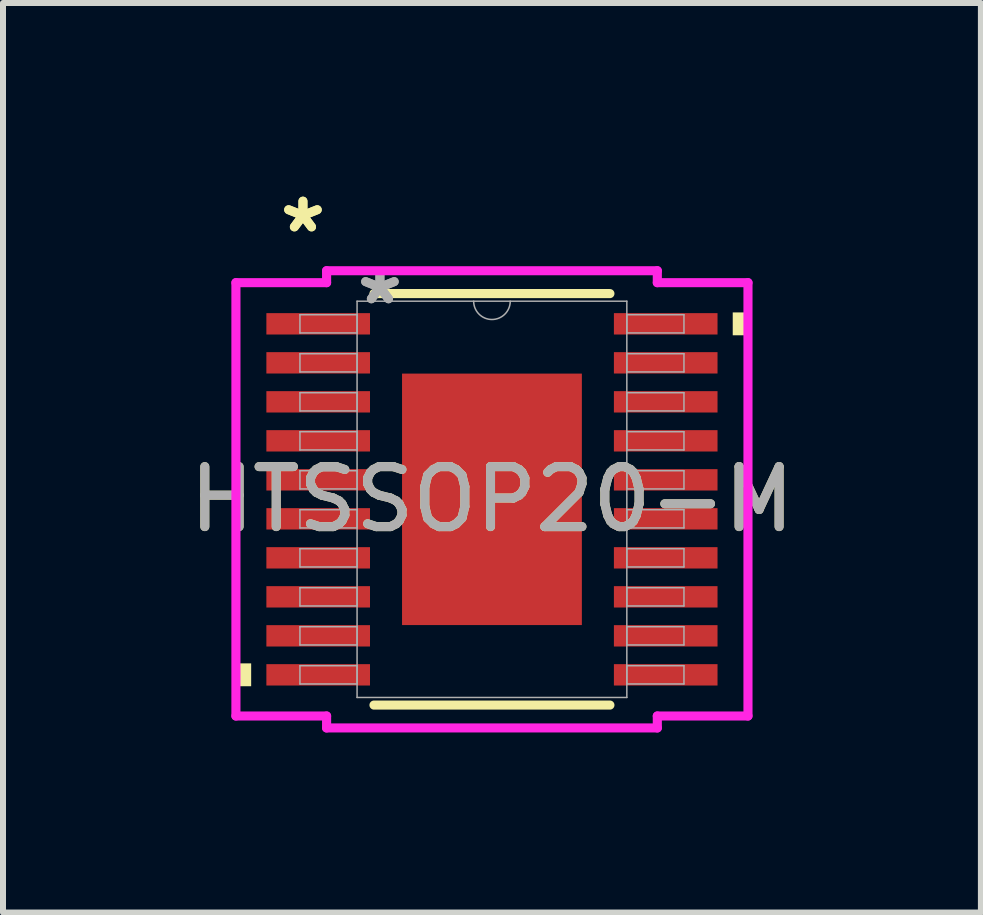
<source format=kicad_pcb>
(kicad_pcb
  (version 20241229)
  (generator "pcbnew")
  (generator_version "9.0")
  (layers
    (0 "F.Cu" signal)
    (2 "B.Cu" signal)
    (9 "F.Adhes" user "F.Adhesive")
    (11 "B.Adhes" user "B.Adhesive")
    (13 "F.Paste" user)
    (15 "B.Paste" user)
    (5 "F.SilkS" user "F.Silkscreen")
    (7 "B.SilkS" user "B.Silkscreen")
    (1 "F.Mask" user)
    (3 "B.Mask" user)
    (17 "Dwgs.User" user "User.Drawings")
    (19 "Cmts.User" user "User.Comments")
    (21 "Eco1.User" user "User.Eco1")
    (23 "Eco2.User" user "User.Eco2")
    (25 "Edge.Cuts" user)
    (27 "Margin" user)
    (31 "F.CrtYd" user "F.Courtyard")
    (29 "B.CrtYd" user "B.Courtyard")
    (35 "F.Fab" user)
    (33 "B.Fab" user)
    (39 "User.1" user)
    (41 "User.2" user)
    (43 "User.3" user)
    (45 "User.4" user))
  (footprint "HTSSOP20-M"
    (layer "F.Cu")
    (at 5.149 5.272)
    (property "Reference" "HTSSOP20-M" (at 0 0 0) (unlocked yes) (layer "F.SilkS") (effects (font (size 1 1) (thickness 0.15))))
    (attr smd)
    (fp_line (start -1.966 3.429) (end 1.966 3.429) (stroke (width 0.152) (type solid)) (layer "F.SilkS"))
    (fp_line (start 1.966 -3.429) (end -1.966 -3.429) (stroke (width 0.152) (type solid)) (layer "F.SilkS"))
    (fp_poly (pts (xy -4.267 2.734) (xy -4.267 3.115) (xy -4.013 3.115) (xy -4.013 2.734)) (stroke (width 0) (type solid)) (fill yes) (layer "F.SilkS"))
    (fp_poly (pts (xy 4.267 -3.115) (xy 4.267 -2.734) (xy 4.013 -2.734) (xy 4.013 -3.115)) (stroke (width 0) (type solid)) (fill yes) (layer "F.SilkS"))
    (fp_poly (pts (xy -1.399 -1.996) (xy -1.399 -0.798) (xy -0.1 -0.798) (xy -0.1 -1.996)) (stroke (width 0) (type solid)) (fill yes) (layer "F.Paste"))
    (fp_poly (pts (xy -1.399 -0.599) (xy -1.399 0.599) (xy -0.1 0.599) (xy -0.1 -0.599)) (stroke (width 0) (type solid)) (fill yes) (layer "F.Paste"))
    (fp_poly (pts (xy -1.399 0.798) (xy -1.399 1.996) (xy -0.1 1.996) (xy -0.1 0.798)) (stroke (width 0) (type solid)) (fill yes) (layer "F.Paste"))
    (fp_poly (pts (xy 0.1 -1.996) (xy 0.1 -0.798) (xy 1.399 -0.798) (xy 1.399 -1.996)) (stroke (width 0) (type solid)) (fill yes) (layer "F.Paste"))
    (fp_poly (pts (xy 0.1 -0.599) (xy 0.1 0.599) (xy 1.399 0.599) (xy 1.399 -0.599)) (stroke (width 0) (type solid)) (fill yes) (layer "F.Paste"))
    (fp_poly (pts (xy 0.1 0.798) (xy 0.1 1.996) (xy 1.399 1.996) (xy 1.399 0.798)) (stroke (width 0) (type solid)) (fill yes) (layer "F.Paste"))
    (fp_line (start -4.267 -3.611) (end -2.756 -3.611) (stroke (width 0.152) (type solid)) (layer "F.CrtYd"))
    (fp_line (start -4.267 3.611) (end -4.267 -3.611) (stroke (width 0.152) (type solid)) (layer "F.CrtYd"))
    (fp_line (start -4.267 3.611) (end -2.756 3.611) (stroke (width 0.152) (type solid)) (layer "F.CrtYd"))
    (fp_line (start -2.756 -3.81) (end 2.756 -3.81) (stroke (width 0.152) (type solid)) (layer "F.CrtYd"))
    (fp_line (start -2.756 -3.611) (end -2.756 -3.81) (stroke (width 0.152) (type solid)) (layer "F.CrtYd"))
    (fp_line (start -2.756 3.81) (end -2.756 3.611) (stroke (width 0.152) (type solid)) (layer "F.CrtYd"))
    (fp_line (start 2.756 -3.81) (end 2.756 -3.611) (stroke (width 0.152) (type solid)) (layer "F.CrtYd"))
    (fp_line (start 2.756 3.611) (end 2.756 3.81) (stroke (width 0.152) (type solid)) (layer "F.CrtYd"))
    (fp_line (start 2.756 3.81) (end -2.756 3.81) (stroke (width 0.152) (type solid)) (layer "F.CrtYd"))
    (fp_line (start 4.267 -3.611) (end 2.756 -3.611) (stroke (width 0.152) (type solid)) (layer "F.CrtYd"))
    (fp_line (start 4.267 -3.611) (end 4.267 3.611) (stroke (width 0.152) (type solid)) (layer "F.CrtYd"))
    (fp_line (start 4.267 3.611) (end 2.756 3.611) (stroke (width 0.152) (type solid)) (layer "F.CrtYd"))
    (fp_line (start -3.2 -3.077) (end -3.2 -2.773) (stroke (width 0.025) (type solid)) (layer "F.Fab"))
    (fp_line (start -3.2 -2.773) (end -2.248 -2.773) (stroke (width 0.025) (type solid)) (layer "F.Fab"))
    (fp_line (start -3.2 -2.427) (end -3.2 -2.123) (stroke (width 0.025) (type solid)) (layer "F.Fab"))
    (fp_line (start -3.2 -2.123) (end -2.248 -2.123) (stroke (width 0.025) (type solid)) (layer "F.Fab"))
    (fp_line (start -3.2 -1.777) (end -3.2 -1.473) (stroke (width 0.025) (type solid)) (layer "F.Fab"))
    (fp_line (start -3.2 -1.473) (end -2.248 -1.473) (stroke (width 0.025) (type solid)) (layer "F.Fab"))
    (fp_line (start -3.2 -1.127) (end -3.2 -0.823) (stroke (width 0.025) (type solid)) (layer "F.Fab"))
    (fp_line (start -3.2 -0.823) (end -2.248 -0.823) (stroke (width 0.025) (type solid)) (layer "F.Fab"))
    (fp_line (start -3.2 -0.477) (end -3.2 -0.173) (stroke (width 0.025) (type solid)) (layer "F.Fab"))
    (fp_line (start -3.2 -0.173) (end -2.248 -0.173) (stroke (width 0.025) (type solid)) (layer "F.Fab"))
    (fp_line (start -3.2 0.173) (end -3.2 0.477) (stroke (width 0.025) (type solid)) (layer "F.Fab"))
    (fp_line (start -3.2 0.477) (end -2.248 0.477) (stroke (width 0.025) (type solid)) (layer "F.Fab"))
    (fp_line (start -3.2 0.823) (end -3.2 1.127) (stroke (width 0.025) (type solid)) (layer "F.Fab"))
    (fp_line (start -3.2 1.127) (end -2.248 1.127) (stroke (width 0.025) (type solid)) (layer "F.Fab"))
    (fp_line (start -3.2 1.473) (end -3.2 1.777) (stroke (width 0.025) (type solid)) (layer "F.Fab"))
    (fp_line (start -3.2 1.777) (end -2.248 1.777) (stroke (width 0.025) (type solid)) (layer "F.Fab"))
    (fp_line (start -3.2 2.123) (end -3.2 2.427) (stroke (width 0.025) (type solid)) (layer "F.Fab"))
    (fp_line (start -3.2 2.427) (end -2.248 2.427) (stroke (width 0.025) (type solid)) (layer "F.Fab"))
    (fp_line (start -3.2 2.773) (end -3.2 3.077) (stroke (width 0.025) (type solid)) (layer "F.Fab"))
    (fp_line (start -3.2 3.077) (end -2.248 3.077) (stroke (width 0.025) (type solid)) (layer "F.Fab"))
    (fp_line (start -2.248 -3.302) (end -2.248 3.302) (stroke (width 0.025) (type solid)) (layer "F.Fab"))
    (fp_line (start -2.248 -3.077) (end -3.2 -3.077) (stroke (width 0.025) (type solid)) (layer "F.Fab"))
    (fp_line (start -2.248 -2.773) (end -2.248 -3.077) (stroke (width 0.025) (type solid)) (layer "F.Fab"))
    (fp_line (start -2.248 -2.427) (end -3.2 -2.427) (stroke (width 0.025) (type solid)) (layer "F.Fab"))
    (fp_line (start -2.248 -2.123) (end -2.248 -2.427) (stroke (width 0.025) (type solid)) (layer "F.Fab"))
    (fp_line (start -2.248 -1.777) (end -3.2 -1.777) (stroke (width 0.025) (type solid)) (layer "F.Fab"))
    (fp_line (start -2.248 -1.473) (end -2.248 -1.777) (stroke (width 0.025) (type solid)) (layer "F.Fab"))
    (fp_line (start -2.248 -1.127) (end -3.2 -1.127) (stroke (width 0.025) (type solid)) (layer "F.Fab"))
    (fp_line (start -2.248 -0.823) (end -2.248 -1.127) (stroke (width 0.025) (type solid)) (layer "F.Fab"))
    (fp_line (start -2.248 -0.477) (end -3.2 -0.477) (stroke (width 0.025) (type solid)) (layer "F.Fab"))
    (fp_line (start -2.248 -0.173) (end -2.248 -0.477) (stroke (width 0.025) (type solid)) (layer "F.Fab"))
    (fp_line (start -2.248 0.173) (end -3.2 0.173) (stroke (width 0.025) (type solid)) (layer "F.Fab"))
    (fp_line (start -2.248 0.477) (end -2.248 0.173) (stroke (width 0.025) (type solid)) (layer "F.Fab"))
    (fp_line (start -2.248 0.823) (end -3.2 0.823) (stroke (width 0.025) (type solid)) (layer "F.Fab"))
    (fp_line (start -2.248 1.127) (end -2.248 0.823) (stroke (width 0.025) (type solid)) (layer "F.Fab"))
    (fp_line (start -2.248 1.473) (end -3.2 1.473) (stroke (width 0.025) (type solid)) (layer "F.Fab"))
    (fp_line (start -2.248 1.777) (end -2.248 1.473) (stroke (width 0.025) (type solid)) (layer "F.Fab"))
    (fp_line (start -2.248 2.123) (end -3.2 2.123) (stroke (width 0.025) (type solid)) (layer "F.Fab"))
    (fp_line (start -2.248 2.427) (end -2.248 2.123) (stroke (width 0.025) (type solid)) (layer "F.Fab"))
    (fp_line (start -2.248 2.773) (end -3.2 2.773) (stroke (width 0.025) (type solid)) (layer "F.Fab"))
    (fp_line (start -2.248 3.077) (end -2.248 2.773) (stroke (width 0.025) (type solid)) (layer "F.Fab"))
    (fp_line (start -2.248 3.302) (end 2.248 3.302) (stroke (width 0.025) (type solid)) (layer "F.Fab"))
    (fp_line (start 2.248 -3.302) (end -2.248 -3.302) (stroke (width 0.025) (type solid)) (layer "F.Fab"))
    (fp_line (start 2.248 -3.077) (end 2.248 -2.773) (stroke (width 0.025) (type solid)) (layer "F.Fab"))
    (fp_line (start 2.248 -2.773) (end 3.2 -2.773) (stroke (width 0.025) (type solid)) (layer "F.Fab"))
    (fp_line (start 2.248 -2.427) (end 2.248 -2.123) (stroke (width 0.025) (type solid)) (layer "F.Fab"))
    (fp_line (start 2.248 -2.123) (end 3.2 -2.123) (stroke (width 0.025) (type solid)) (layer "F.Fab"))
    (fp_line (start 2.248 -1.777) (end 2.248 -1.473) (stroke (width 0.025) (type solid)) (layer "F.Fab"))
    (fp_line (start 2.248 -1.473) (end 3.2 -1.473) (stroke (width 0.025) (type solid)) (layer "F.Fab"))
    (fp_line (start 2.248 -1.127) (end 2.248 -0.823) (stroke (width 0.025) (type solid)) (layer "F.Fab"))
    (fp_line (start 2.248 -0.823) (end 3.2 -0.823) (stroke (width 0.025) (type solid)) (layer "F.Fab"))
    (fp_line (start 2.248 -0.477) (end 2.248 -0.173) (stroke (width 0.025) (type solid)) (layer "F.Fab"))
    (fp_line (start 2.248 -0.173) (end 3.2 -0.173) (stroke (width 0.025) (type solid)) (layer "F.Fab"))
    (fp_line (start 2.248 0.173) (end 2.248 0.477) (stroke (width 0.025) (type solid)) (layer "F.Fab"))
    (fp_line (start 2.248 0.477) (end 3.2 0.477) (stroke (width 0.025) (type solid)) (layer "F.Fab"))
    (fp_line (start 2.248 0.823) (end 2.248 1.127) (stroke (width 0.025) (type solid)) (layer "F.Fab"))
    (fp_line (start 2.248 1.127) (end 3.2 1.127) (stroke (width 0.025) (type solid)) (layer "F.Fab"))
    (fp_line (start 2.248 1.473) (end 2.248 1.777) (stroke (width 0.025) (type solid)) (layer "F.Fab"))
    (fp_line (start 2.248 1.777) (end 3.2 1.777) (stroke (width 0.025) (type solid)) (layer "F.Fab"))
    (fp_line (start 2.248 2.123) (end 2.248 2.427) (stroke (width 0.025) (type solid)) (layer "F.Fab"))
    (fp_line (start 2.248 2.427) (end 3.2 2.427) (stroke (width 0.025) (type solid)) (layer "F.Fab"))
    (fp_line (start 2.248 2.773) (end 2.248 3.077) (stroke (width 0.025) (type solid)) (layer "F.Fab"))
    (fp_line (start 2.248 3.077) (end 3.2 3.077) (stroke (width 0.025) (type solid)) (layer "F.Fab"))
    (fp_line (start 2.248 3.302) (end 2.248 -3.302) (stroke (width 0.025) (type solid)) (layer "F.Fab"))
    (fp_line (start 3.2 -3.077) (end 2.248 -3.077) (stroke (width 0.025) (type solid)) (layer "F.Fab"))
    (fp_line (start 3.2 -2.773) (end 3.2 -3.077) (stroke (width 0.025) (type solid)) (layer "F.Fab"))
    (fp_line (start 3.2 -2.427) (end 2.248 -2.427) (stroke (width 0.025) (type solid)) (layer "F.Fab"))
    (fp_line (start 3.2 -2.123) (end 3.2 -2.427) (stroke (width 0.025) (type solid)) (layer "F.Fab"))
    (fp_line (start 3.2 -1.777) (end 2.248 -1.777) (stroke (width 0.025) (type solid)) (layer "F.Fab"))
    (fp_line (start 3.2 -1.473) (end 3.2 -1.777) (stroke (width 0.025) (type solid)) (layer "F.Fab"))
    (fp_line (start 3.2 -1.127) (end 2.248 -1.127) (stroke (width 0.025) (type solid)) (layer "F.Fab"))
    (fp_line (start 3.2 -0.823) (end 3.2 -1.127) (stroke (width 0.025) (type solid)) (layer "F.Fab"))
    (fp_line (start 3.2 -0.477) (end 2.248 -0.477) (stroke (width 0.025) (type solid)) (layer "F.Fab"))
    (fp_line (start 3.2 -0.173) (end 3.2 -0.477) (stroke (width 0.025) (type solid)) (layer "F.Fab"))
    (fp_line (start 3.2 0.173) (end 2.248 0.173) (stroke (width 0.025) (type solid)) (layer "F.Fab"))
    (fp_line (start 3.2 0.477) (end 3.2 0.173) (stroke (width 0.025) (type solid)) (layer "F.Fab"))
    (fp_line (start 3.2 0.823) (end 2.248 0.823) (stroke (width 0.025) (type solid)) (layer "F.Fab"))
    (fp_line (start 3.2 1.127) (end 3.2 0.823) (stroke (width 0.025) (type solid)) (layer "F.Fab"))
    (fp_line (start 3.2 1.473) (end 2.248 1.473) (stroke (width 0.025) (type solid)) (layer "F.Fab"))
    (fp_line (start 3.2 1.777) (end 3.2 1.473) (stroke (width 0.025) (type solid)) (layer "F.Fab"))
    (fp_line (start 3.2 2.123) (end 2.248 2.123) (stroke (width 0.025) (type solid)) (layer "F.Fab"))
    (fp_line (start 3.2 2.427) (end 3.2 2.123) (stroke (width 0.025) (type solid)) (layer "F.Fab"))
    (fp_line (start 3.2 2.773) (end 2.248 2.773) (stroke (width 0.025) (type solid)) (layer "F.Fab"))
    (fp_line (start 3.2 3.077) (end 3.2 2.773) (stroke (width 0.025) (type solid)) (layer "F.Fab"))
    (fp_arc (start 0.3048 -3.302) (mid 0 -2.9972) (end -0.3048 -3.302) (stroke (width 0.0254) (type solid)) (layer "F.Fab"))
    (fp_text user "*" (at -3.15 -4.424 0) (layer "F.SilkS") (effects (font (size 1 1) (thickness 0.15))))
    (fp_text user "*" (at -3.15 -4.424 0) (unlocked yes) (layer "F.SilkS") (effects (font (size 1 1) (thickness 0.15))))
    (fp_text user "${REFERENCE}" (at 0 0 0) (unlocked yes) (layer "F.Fab") (effects (font (size 1 1) (thickness 0.15))))
    (fp_text user "*" (at -1.867 -3.226 0) (unlocked yes) (layer "F.Fab") (effects (font (size 1 1) (thickness 0.15))))
    (fp_text user "*" (at -1.867 -3.226 0) (layer "F.Fab") (effects (font (size 1 1) (thickness 0.15))))
    (pad "1" smd rect (at -2.896 -2.925) (size 1.727 0.356) (layers "F.Cu" "F.Mask" "F.Paste"))
    (pad "2" smd rect (at -2.896 -2.275) (size 1.727 0.356) (layers "F.Cu" "F.Mask" "F.Paste"))
    (pad "3" smd rect (at -2.896 -1.625) (size 1.727 0.356) (layers "F.Cu" "F.Mask" "F.Paste"))
    (pad "4" smd rect (at -2.896 -0.975) (size 1.727 0.356) (layers "F.Cu" "F.Mask" "F.Paste"))
    (pad "5" smd rect (at -2.896 -0.325) (size 1.727 0.356) (layers "F.Cu" "F.Mask" "F.Paste"))
    (pad "6" smd rect (at -2.896 0.325) (size 1.727 0.356) (layers "F.Cu" "F.Mask" "F.Paste"))
    (pad "7" smd rect (at -2.896 0.975) (size 1.727 0.356) (layers "F.Cu" "F.Mask" "F.Paste"))
    (pad "8" smd rect (at -2.896 1.625) (size 1.727 0.356) (layers "F.Cu" "F.Mask" "F.Paste"))
    (pad "9" smd rect (at -2.896 2.275) (size 1.727 0.356) (layers "F.Cu" "F.Mask" "F.Paste"))
    (pad "10" smd rect (at -2.896 2.925) (size 1.727 0.356) (layers "F.Cu" "F.Mask" "F.Paste"))
    (pad "11" smd rect (at 2.896 2.925) (size 1.727 0.356) (layers "F.Cu" "F.Mask" "F.Paste"))
    (pad "12" smd rect (at 2.896 2.275) (size 1.727 0.356) (layers "F.Cu" "F.Mask" "F.Paste"))
    (pad "13" smd rect (at 2.896 1.625) (size 1.727 0.356) (layers "F.Cu" "F.Mask" "F.Paste"))
    (pad "14" smd rect (at 2.896 0.975) (size 1.727 0.356) (layers "F.Cu" "F.Mask" "F.Paste"))
    (pad "15" smd rect (at 2.896 0.325) (size 1.727 0.356) (layers "F.Cu" "F.Mask" "F.Paste"))
    (pad "16" smd rect (at 2.896 -0.325) (size 1.727 0.356) (layers "F.Cu" "F.Mask" "F.Paste"))
    (pad "17" smd rect (at 2.896 -0.975) (size 1.727 0.356) (layers "F.Cu" "F.Mask" "F.Paste"))
    (pad "18" smd rect (at 2.896 -1.625) (size 1.727 0.356) (layers "F.Cu" "F.Mask" "F.Paste"))
    (pad "19" smd rect (at 2.896 -2.275) (size 1.727 0.356) (layers "F.Cu" "F.Mask" "F.Paste"))
    (pad "20" smd rect (at 2.896 -2.925) (size 1.727 0.356) (layers "F.Cu" "F.Mask" "F.Paste"))
    (pad "21" smd rect (at 0 0) (size 2.997 4.191) (layers "F.Cu" "F.Mask")))
  (gr_rect
    (start -3 -3)
    (end 13.298 12.158)
    (stroke (width 0.1) (type default))
    (fill no)
    (layer "Edge.Cuts")))
</source>
